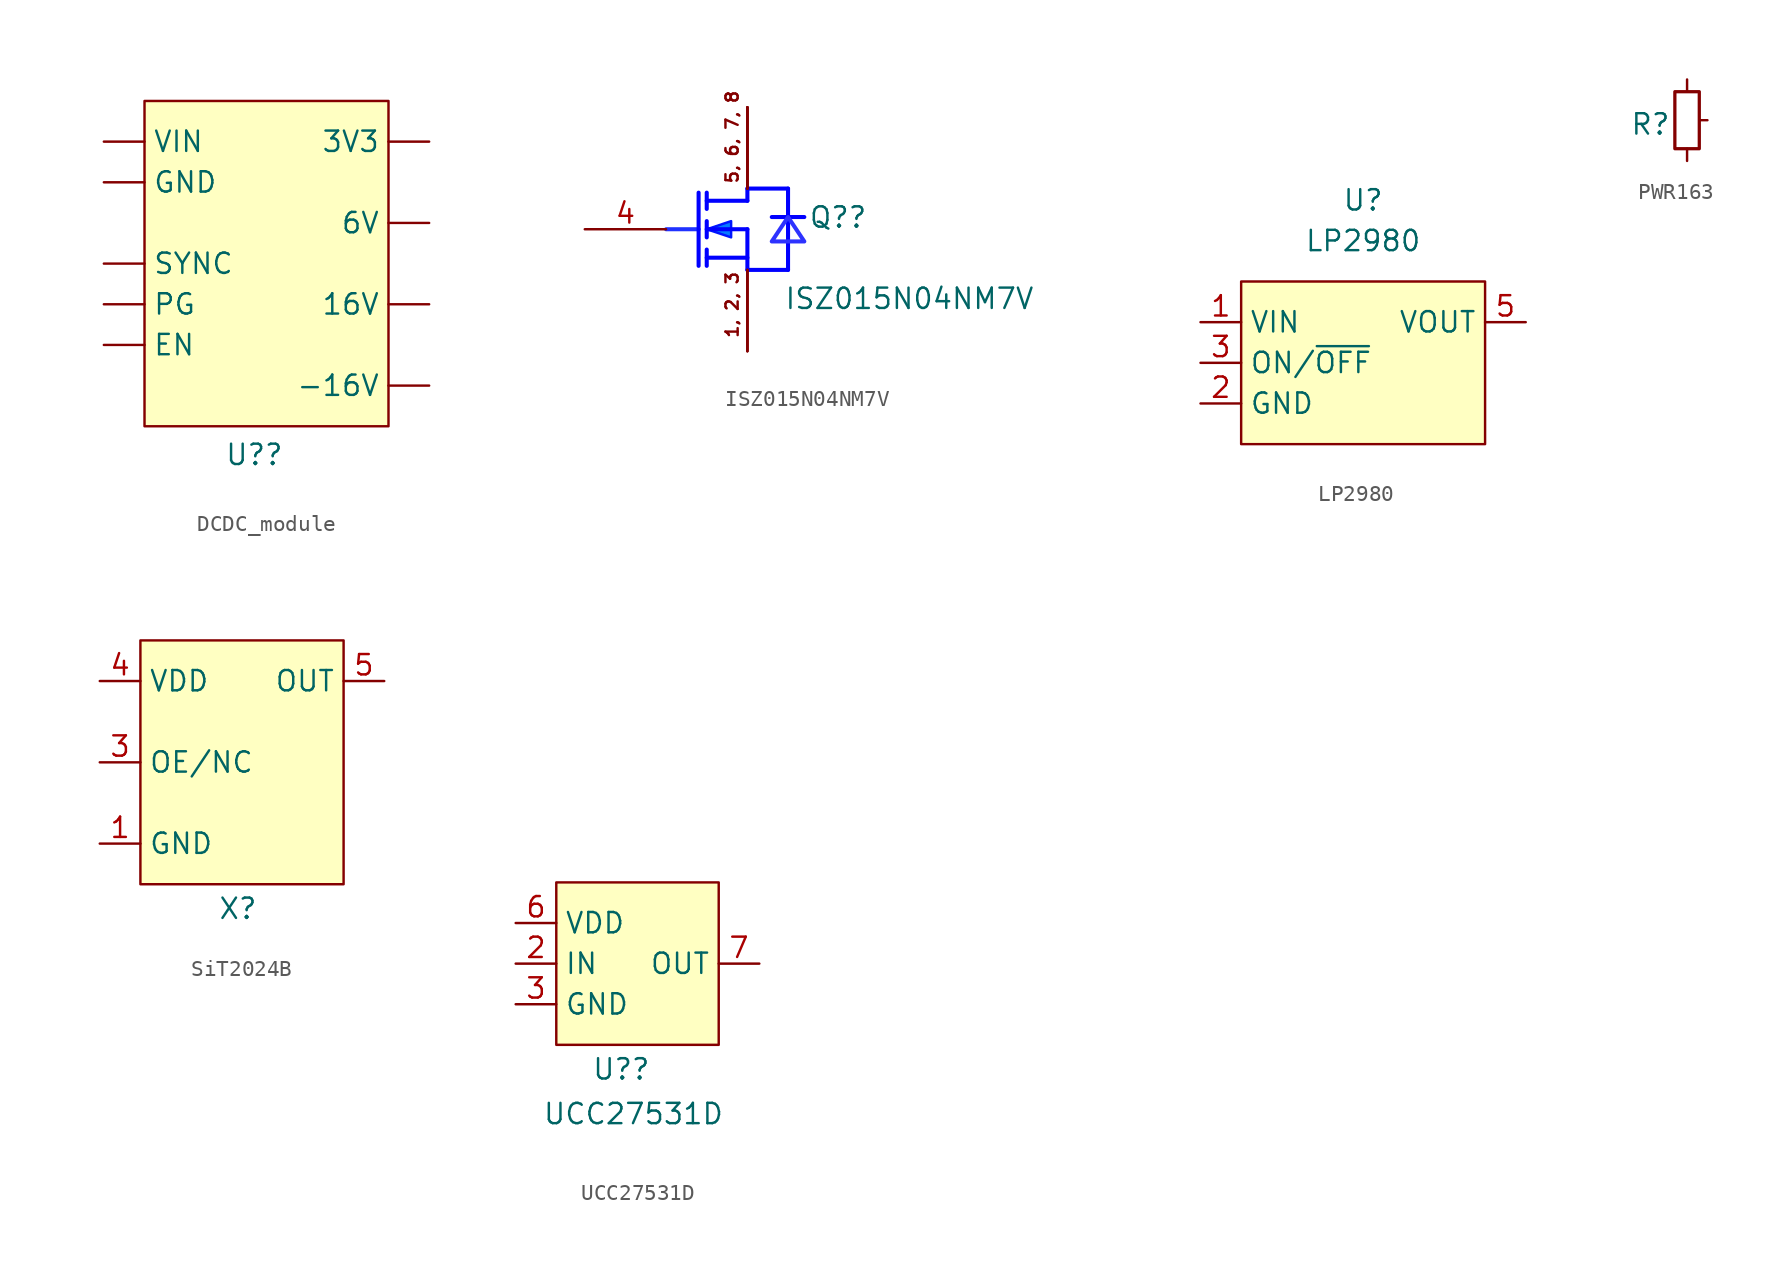
<source format=kicad_sym>
(kicad_symbol_lib
  (version 20241209)
  (generator "kicad_symbol_editor")
  (generator_version "9.0")
  (symbol "DCDC_module"
    (pin_numbers
      (hide yes))
    (property "Reference" "U?"
      (at -0.762 -11.938 0)
      (effects (font (size 1.27 1.27))))
    (property "Value" ""
      (at 0 0 0)
      (effects (font (size 1.27 1.27))))
    (symbol "DCDC_module_1_1"
      (rectangle (start -7.62 10.16) (end 7.62 -10.16) (stroke (width 0) (type solid)) (fill (type background)))
      (pin power_in line (at -10.16 7.62 0) (length 2.54) (name "VIN" (effects (font (size 1.27 1.27)))) (number "vin" (effects (font (size 1.27 1.27)))))
      (pin power_in line (at -10.16 5.08 0) (length 2.54) (name "GND" (effects (font (size 1.27 1.27)))) (number "gnd" (effects (font (size 1.27 1.27)))))
      (pin input line (at -10.16 0 0) (length 2.54) (name "SYNC" (effects (font (size 1.27 1.27)))) (number "sync" (effects (font (size 1.27 1.27)))))
      (pin open_collector line (at -10.16 -2.54 0) (length 2.54) (name "PG" (effects (font (size 1.27 1.27)))) (number "pg" (effects (font (size 1.27 1.27)))))
      (pin output line (at -10.16 -5.08 0) (length 2.54) (name "EN" (effects (font (size 1.27 1.27)))) (number "en" (effects (font (size 1.27 1.27)))))
      (pin power_out line (at 10.16 7.62 180) (length 2.54) (name "3V3" (effects (font (size 1.27 1.27)))) (number "3v3" (effects (font (size 1.27 1.27)))))
      (pin power_out line (at 10.16 2.54 180) (length 2.54) (name "6V" (effects (font (size 1.27 1.27)))) (number "6v" (effects (font (size 1.27 1.27)))))
      (pin power_out line (at 10.16 -2.54 180) (length 2.54) (name "16V" (effects (font (size 1.27 1.27)))) (number "16v" (effects (font (size 1.27 1.27)))))
      (pin power_out line (at 10.16 -7.62 180) (length 2.54) (name "-16V" (effects (font (size 1.27 1.27)))) (number "-16v" (effects (font (size 1.27 1.27)))))))
  (symbol "ISZ015N04NM7V"
    (property "Reference" "Q?"
      (at 5.08 0 0)
      (effects (font (size 1.27 1.27)) (justify left bottom)))
    (property "Value" "ISZ015N04NM7V"
      (at 3.556 -5.08 0)
      (effects (font (size 1.27 1.27)) (justify left bottom)))
    (symbol "ISZ015N04NM7V_1_0"
      (polyline (pts (xy -3.81 0) (xy -1.778 0)) (stroke (width 0.254) (type solid) (color 32 50 255 1)) (fill (type none)))
      (polyline (pts (xy -1.778 2.286) (xy -1.778 -2.286)) (stroke (width 0.254) (type solid) (color 0 0 255 1)) (fill (type none)))
      (polyline (pts (xy -1.27 2.286) (xy -1.27 1.27)) (stroke (width 0.254) (type solid) (color 0 0 255 1)) (fill (type none)))
      (polyline (pts (xy -1.27 0) (xy 0.254 -0.508) (xy 0.254 0.508) (xy -1.27 0)) (stroke (width 0) (type solid) (color 0 22 255 1)) (fill (type color) (color 5 123 255 1)))
      (polyline (pts (xy -1.27 -0.508) (xy -1.27 0.508)) (stroke (width 0.254) (type solid) (color 0 0 255 1)) (fill (type none)))
      (polyline (pts (xy -1.27 -2.286) (xy -1.27 -1.27)) (stroke (width 0.254) (type solid) (color 0 0 255 1)) (fill (type none)))
      (polyline (pts (xy 1.27 2.54) (xy 3.81 2.54)) (stroke (width 0.254) (type solid) (color 0 0 255 1)) (fill (type none)))
      (polyline (pts (xy 1.27 1.778) (xy -1.27 1.778)) (stroke (width 0.254) (type solid) (color 0 0 255 1)) (fill (type none)))
      (polyline (pts (xy 1.27 1.778) (xy 1.27 2.54)) (stroke (width 0.254) (type solid) (color 0 0 255 1)) (fill (type none)))
      (polyline (pts (xy 1.27 0) (xy -1.27 0)) (stroke (width 0.254) (type solid) (color 0 0 255 1)) (fill (type none)))
      (polyline (pts (xy 1.27 0) (xy 1.27 -2.54)) (stroke (width 0.254) (type solid) (color 0 0 255 1)) (fill (type none)))
      (polyline (pts (xy 1.27 -1.778) (xy -1.27 -1.778)) (stroke (width 0.254) (type solid) (color 0 0 255 1)) (fill (type none)))
      (polyline (pts (xy 1.27 -2.54) (xy 3.81 -2.54)) (stroke (width 0.254) (type solid) (color 0 0 255 1)) (fill (type none)))
      (polyline (pts (xy 2.794 0.762) (xy 4.826 0.762)) (stroke (width 0.254) (type solid) (color 0 0 255 1)) (fill (type none)))
      (polyline (pts (xy 3.81 2.54) (xy 3.81 -2.54)) (stroke (width 0.254) (type solid) (color 0 0 255 1)) (fill (type none)))
      (polyline (pts (xy 3.81 0.762) (xy 2.794 -0.762) (xy 4.826 -0.762) (xy 3.81 0.762) (xy 3.81 0.762)) (stroke (width 0.254) (type solid) (color 45 50 255 1)) (fill (type none)))
      (text "5, 6, 7, 8" (at 0.762 2.794 900) (effects (font (size 0.762 0.762)) (justify left bottom)))
      (text "1, 2, 3" (at 0.762 -6.858 900) (effects (font (size 0.762 0.762)) (justify left bottom)))
      (pin passive line (at -8.89 0 0) (length 5.08) (name "GATE" (effects (font (size 0 0)))) (number "4" (effects (font (size 1.27 1.27)))))
      (pin passive line (at 1.27 7.62 270) (length 5.08) (name "DRAIN" (effects (font (size 0 0)))) (number "5" (effects (font (size 0 0)))))
      (pin passive line (at 1.27 7.62 270) (length 5.08) (name "DRAIN" (effects (font (size 0 0)))) (number "6" (effects (font (size 0 0)))))
      (pin passive line (at 1.27 7.62 270) (length 5.08) (name "DRAIN" (effects (font (size 0 0)))) (number "7" (effects (font (size 0 0)))))
      (pin passive line (at 1.27 7.62 270) (length 5.08) (name "DRAIN" (effects (font (size 0 0)))) (number "8" (effects (font (size 0 0)))))
      (pin passive line (at 1.27 -7.62 90) (length 5.08) (name "SOURCE" (effects (font (size 0 0)))) (number "1" (effects (font (size 0 0)))))
      (pin passive line (at 1.27 -7.62 90) (length 5.08) (name "SOURCE" (effects (font (size 0 0)))) (number "2" (effects (font (size 0 0)))))
      (pin passive line (at 1.27 -7.62 90) (length 5.08) (name "SOURCE" (effects (font (size 0 0)))) (number "3" (effects (font (size 0 0)))))))
  (symbol "LP2980"
    (property "Reference" "U"
      (at 0 10.16 0)
      (effects (font (size 1.27 1.27))))
    (property "Value" "LP2980"
      (at 0 7.62 0)
      (effects (font (size 1.27 1.27))))
    (symbol "LP2980_1_1"
      (rectangle (start -7.62 5.08) (end 7.62 -5.08) (stroke (width 0) (type solid)) (fill (type background)))
      (pin power_in line (at -10.16 2.54 0) (length 2.54) (name "VIN" (effects (font (size 1.27 1.27)))) (number "1" (effects (font (size 1.27 1.27)))))
      (pin input line (at -10.16 0 0) (length 2.54) (name "ON/~{OFF}" (effects (font (size 1.27 1.27)))) (number "3" (effects (font (size 1.27 1.27)))))
      (pin power_in line (at -10.16 -2.54 0) (length 2.54) (name "GND" (effects (font (size 1.27 1.27)))) (number "2" (effects (font (size 1.27 1.27)))))
      (pin no_connect line (at -8.89 16.51 180) (length 2.54) (hide yes) (name "ADJ" (effects (font (size 1.27 1.27)))) (number "4" (effects (font (size 1.27 1.27)))))
      (pin power_out line (at 10.16 2.54 180) (length 2.54) (name "VOUT" (effects (font (size 1.27 1.27)))) (number "5" (effects (font (size 1.27 1.27)))))))
  (symbol "PWR163"
    (pin_numbers
      (hide yes))
    (property "Reference" "R"
      (at -2.286 -0.254 0)
      (effects (font (size 1.27 1.27))))
    (property "Value" ""
      (at 0 0 0)
      (effects (font (size 1.27 1.27))))
    (symbol "PWR163_0_1"
      (rectangle (start -0.762 1.778) (end 0.762 -1.778) (stroke (width 0.203) (type default)) (fill (type none))))
    (symbol "PWR163_1_1"
      (pin passive line (at 0 2.54 270) (length 0.762) (name "~" (effects (font (size 1.27 1.27)))) (number "1" (effects (font (size 1.27 1.27)))))
      (pin passive line (at 0 -2.54 90) (length 0.762) (name "~" (effects (font (size 1.27 1.27)))) (number "2" (effects (font (size 1.27 1.27)))))
      (pin passive line (at 1.27 0 180) (length 0.508) (name "~" (effects (font (size 1.27 1.27)))) (number "3" (effects (font (size 1.27 1.27)))))))
  (symbol "SiT2024B"
    (property "Reference" "X"
      (at -0.254 -9.144 0)
      (effects (font (size 1.27 1.27))))
    (property "Value" ""
      (at 0 0 0)
      (effects (font (size 1.27 1.27))))
    (symbol "SiT2024B_1_1"
      (rectangle (start -6.35 7.62) (end 6.35 -7.62) (stroke (width 0) (type solid)) (fill (type background)))
      (pin power_in line (at -8.89 5.08 0) (length 2.54) (name "VDD" (effects (font (size 1.27 1.27)))) (number "4" (effects (font (size 1.27 1.27)))))
      (pin input line (at -8.89 0 0) (length 2.54) (name "OE/NC" (effects (font (size 1.27 1.27)))) (number "3" (effects (font (size 1.27 1.27)))))
      (pin power_in line (at -8.89 -5.08 0) (length 2.54) (name "GND" (effects (font (size 1.27 1.27)))) (number "1" (effects (font (size 1.27 1.27)))))
      (pin no_connect line (at -2.54 7.62 0) (length 2.54) (hide yes) (name "NC" (effects (font (size 1.27 1.27)))) (number "2" (effects (font (size 1.27 1.27)))))
      (pin output line (at 8.89 5.08 180) (length 2.54) (name "OUT" (effects (font (size 1.27 1.27)))) (number "5" (effects (font (size 1.27 1.27)))))))
  (symbol "UCC27531D"
    (property "Reference" "U?"
      (at -1.016 -6.604 0)
      (effects (font (size 1.27 1.27))))
    (property "Value" "UCC27531D"
      (at -0.254 -9.398 0)
      (effects (font (size 1.27 1.27))))
    (symbol "UCC27531D_1_1"
      (rectangle (start -5.08 5.08) (end 5.08 -5.08) (stroke (width 0) (type solid)) (fill (type background)))
      (pin power_in line (at -7.62 2.54 0) (length 2.54) (name "VDD" (effects (font (size 1.27 1.27)))) (number "6" (effects (font (size 1.27 1.27)))))
      (pin input line (at -7.62 0 0) (length 2.54) (name "IN" (effects (font (size 1.27 1.27)))) (number "2" (effects (font (size 1.27 1.27)))))
      (pin power_in line (at -7.62 -2.54 0) (length 2.54) (name "GND" (effects (font (size 1.27 1.27)))) (number "3" (effects (font (size 1.27 1.27)))))
      (pin no_connect line (at 6.35 19.05 180) (length 2.54) (hide yes) (name "NC" (effects (font (size 1.27 1.27)))) (number "1" (effects (font (size 1.27 1.27)))))
      (pin no_connect line (at 6.35 16.51 180) (length 2.54) (hide yes) (name "NC" (effects (font (size 1.27 1.27)))) (number "4" (effects (font (size 1.27 1.27)))))
      (pin no_connect line (at 6.35 13.97 180) (length 2.54) (hide yes) (name "NC" (effects (font (size 1.27 1.27)))) (number "5" (effects (font (size 1.27 1.27)))))
      (pin no_connect line (at 6.35 11.43 180) (length 2.54) (hide yes) (name "NC" (effects (font (size 1.27 1.27)))) (number "8" (effects (font (size 1.27 1.27)))))
      (pin output line (at 7.62 0 180) (length 2.54) (name "OUT" (effects (font (size 1.27 1.27)))) (number "7" (effects (font (size 1.27 1.27))))))))
</source>
